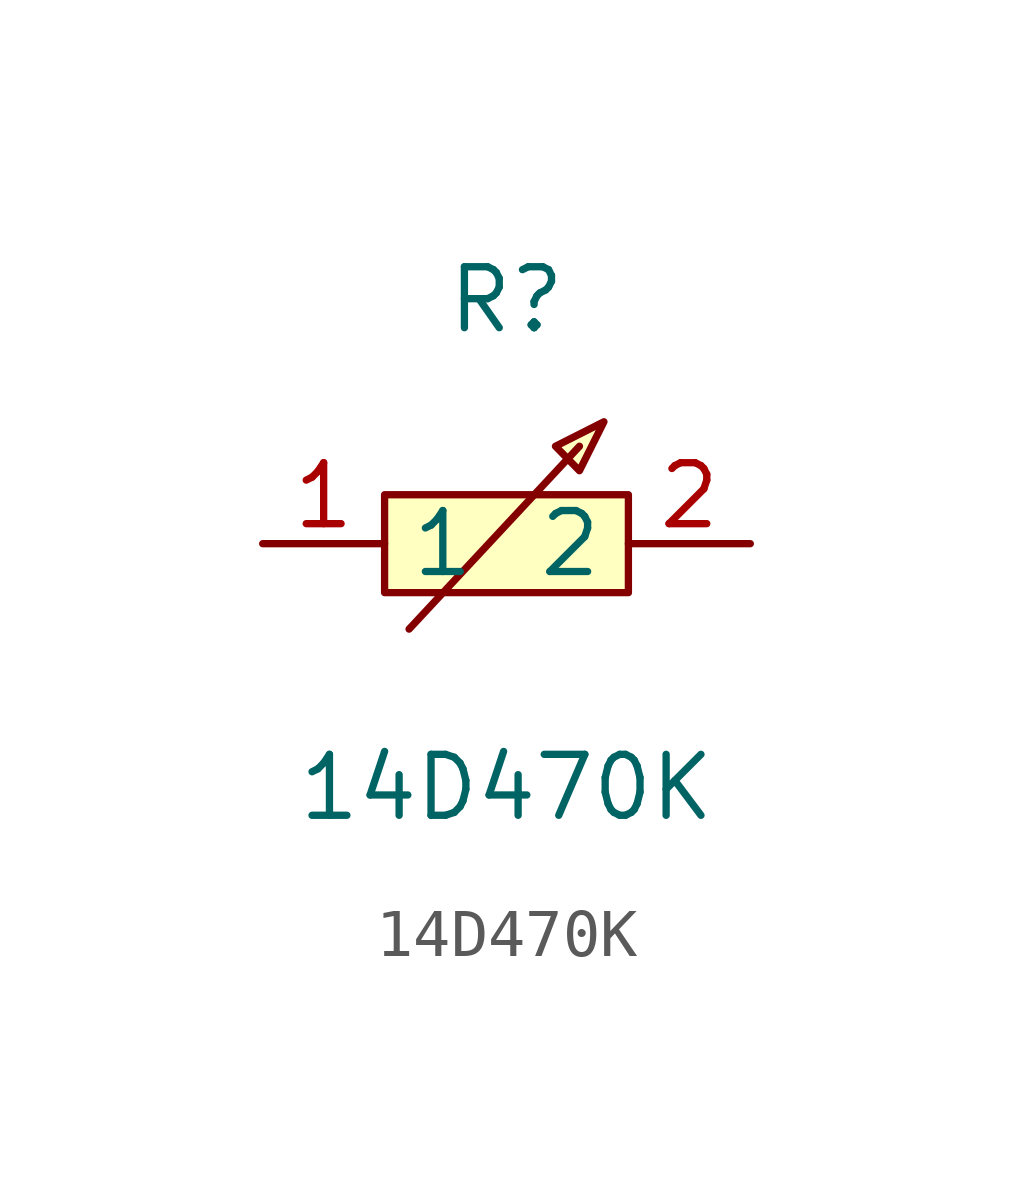
<source format=kicad_sym>
(kicad_symbol_lib
  (version 1)
  (generator "faebryk")
  (symbol "14D470K"
    (property "Reference" "R"
      (at 0 5.08 0)
      (effects (font (size 1.27 1.27)) (hide no)))
    (property "Value" "14D470K"
      (at 0 -5.08 0)
      (effects (font (size 1.27 1.27)) (hide no)))
    (symbol "14D470K_0_1"
      (polyline (stroke (width 0) (type default) (color 0 0 0 0)) (fill (type none)) (pts (xy 1.52 2.03) (xy -2.03 -1.78)))
      (polyline (stroke (width 0) (type default) (color 0 0 0 0)) (fill (type background)) (pts (xy 1.02 2.03) (xy 2.03 2.54) (xy 1.52 1.52) (xy 1.02 2.03)))
      (rectangle (start -2.54 1.02) (end 2.54 -1.02) (stroke (width 0) (type default) (color 0 0 0 0)) (fill (type background)))
      (pin unspecified line (at 5.08 0 180) (length 2.54) (name "2" (effects (font (size 1.27 1.27)) (hide no))) (number "2" (effects (font (size 1.27 1.27)) (hide no))))
      (pin unspecified line (at -5.08 0 0) (length 2.54) (name "1" (effects (font (size 1.27 1.27)) (hide no))) (number "1" (effects (font (size 1.27 1.27)) (hide no)))))))
</source>
